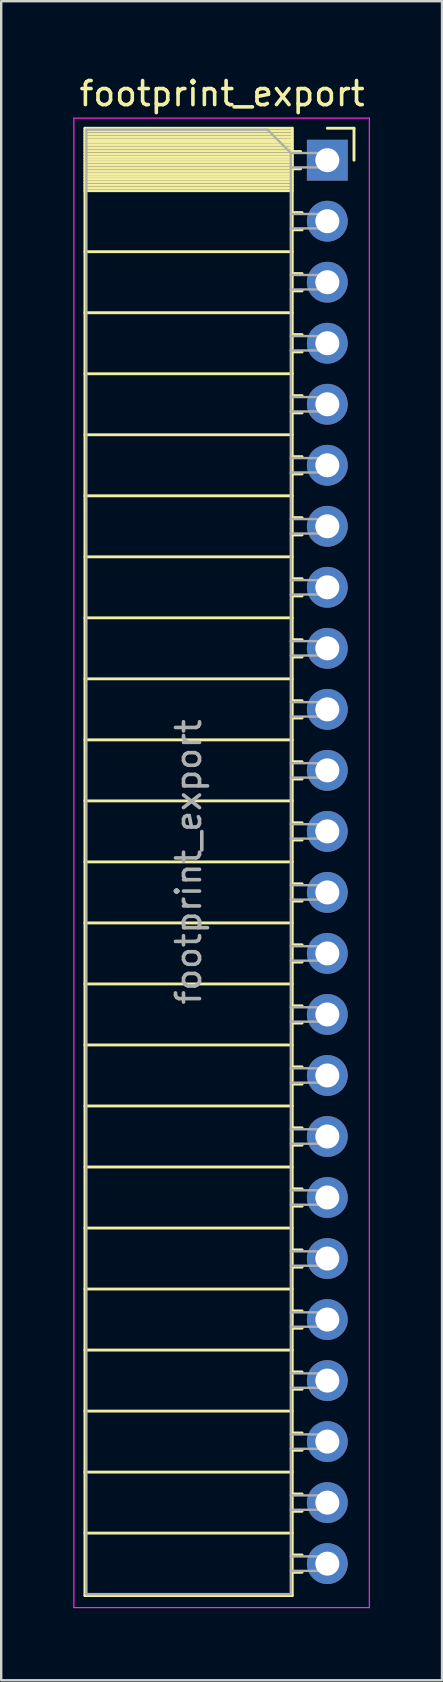
<source format=kicad_pcb>
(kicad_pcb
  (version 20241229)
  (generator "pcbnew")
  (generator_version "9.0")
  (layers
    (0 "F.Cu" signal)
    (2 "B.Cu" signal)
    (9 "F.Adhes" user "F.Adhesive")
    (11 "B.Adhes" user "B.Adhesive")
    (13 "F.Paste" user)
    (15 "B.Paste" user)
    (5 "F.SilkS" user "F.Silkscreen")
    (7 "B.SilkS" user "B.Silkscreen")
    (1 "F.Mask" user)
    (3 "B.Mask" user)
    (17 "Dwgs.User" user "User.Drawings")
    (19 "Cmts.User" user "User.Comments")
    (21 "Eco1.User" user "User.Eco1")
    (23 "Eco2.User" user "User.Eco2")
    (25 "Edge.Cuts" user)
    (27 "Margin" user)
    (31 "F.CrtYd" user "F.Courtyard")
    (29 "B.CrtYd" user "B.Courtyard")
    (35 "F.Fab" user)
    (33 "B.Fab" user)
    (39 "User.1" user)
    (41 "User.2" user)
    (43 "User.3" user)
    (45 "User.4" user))
  (footprint "footprint_export"
    (layer "F.Cu")
    (at 10.575 3.618)
    (property "Reference" "footprint_export" (at -4.38 -2.77 0) (layer "F.SilkS") (effects (font (size 1 1) (thickness 0.15))))
    (attr through_hole)
    (fp_line (start -10.09 -1.33) (end -10.09 59.75) (stroke (width 0.12) (type solid)) (layer "F.SilkS"))
    (fp_line (start -10.09 -1.33) (end -1.46 -1.33) (stroke (width 0.12) (type solid)) (layer "F.SilkS"))
    (fp_line (start -10.09 -1.21) (end -1.46 -1.21) (stroke (width 0.12) (type solid)) (layer "F.SilkS"))
    (fp_line (start -10.09 -1.092) (end -1.46 -1.092) (stroke (width 0.12) (type solid)) (layer "F.SilkS"))
    (fp_line (start -10.09 -0.974) (end -1.46 -0.974) (stroke (width 0.12) (type solid)) (layer "F.SilkS"))
    (fp_line (start -10.09 -0.856) (end -1.46 -0.856) (stroke (width 0.12) (type solid)) (layer "F.SilkS"))
    (fp_line (start -10.09 -0.738) (end -1.46 -0.738) (stroke (width 0.12) (type solid)) (layer "F.SilkS"))
    (fp_line (start -10.09 -0.62) (end -1.46 -0.62) (stroke (width 0.12) (type solid)) (layer "F.SilkS"))
    (fp_line (start -10.09 -0.501) (end -1.46 -0.501) (stroke (width 0.12) (type solid)) (layer "F.SilkS"))
    (fp_line (start -10.09 -0.383) (end -1.46 -0.383) (stroke (width 0.12) (type solid)) (layer "F.SilkS"))
    (fp_line (start -10.09 -0.265) (end -1.46 -0.265) (stroke (width 0.12) (type solid)) (layer "F.SilkS"))
    (fp_line (start -10.09 -0.147) (end -1.46 -0.147) (stroke (width 0.12) (type solid)) (layer "F.SilkS"))
    (fp_line (start -10.09 -0.029) (end -1.46 -0.029) (stroke (width 0.12) (type solid)) (layer "F.SilkS"))
    (fp_line (start -10.09 0.089) (end -1.46 0.089) (stroke (width 0.12) (type solid)) (layer "F.SilkS"))
    (fp_line (start -10.09 0.207) (end -1.46 0.207) (stroke (width 0.12) (type solid)) (layer "F.SilkS"))
    (fp_line (start -10.09 0.325) (end -1.46 0.325) (stroke (width 0.12) (type solid)) (layer "F.SilkS"))
    (fp_line (start -10.09 0.443) (end -1.46 0.443) (stroke (width 0.12) (type solid)) (layer "F.SilkS"))
    (fp_line (start -10.09 0.561) (end -1.46 0.561) (stroke (width 0.12) (type solid)) (layer "F.SilkS"))
    (fp_line (start -10.09 0.68) (end -1.46 0.68) (stroke (width 0.12) (type solid)) (layer "F.SilkS"))
    (fp_line (start -10.09 0.798) (end -1.46 0.798) (stroke (width 0.12) (type solid)) (layer "F.SilkS"))
    (fp_line (start -10.09 0.916) (end -1.46 0.916) (stroke (width 0.12) (type solid)) (layer "F.SilkS"))
    (fp_line (start -10.09 1.034) (end -1.46 1.034) (stroke (width 0.12) (type solid)) (layer "F.SilkS"))
    (fp_line (start -10.09 1.152) (end -1.46 1.152) (stroke (width 0.12) (type solid)) (layer "F.SilkS"))
    (fp_line (start -10.09 1.27) (end -1.46 1.27) (stroke (width 0.12) (type solid)) (layer "F.SilkS"))
    (fp_line (start -10.09 3.81) (end -1.46 3.81) (stroke (width 0.12) (type solid)) (layer "F.SilkS"))
    (fp_line (start -10.09 6.35) (end -1.46 6.35) (stroke (width 0.12) (type solid)) (layer "F.SilkS"))
    (fp_line (start -10.09 8.89) (end -1.46 8.89) (stroke (width 0.12) (type solid)) (layer "F.SilkS"))
    (fp_line (start -10.09 11.43) (end -1.46 11.43) (stroke (width 0.12) (type solid)) (layer "F.SilkS"))
    (fp_line (start -10.09 13.97) (end -1.46 13.97) (stroke (width 0.12) (type solid)) (layer "F.SilkS"))
    (fp_line (start -10.09 16.51) (end -1.46 16.51) (stroke (width 0.12) (type solid)) (layer "F.SilkS"))
    (fp_line (start -10.09 19.05) (end -1.46 19.05) (stroke (width 0.12) (type solid)) (layer "F.SilkS"))
    (fp_line (start -10.09 21.59) (end -1.46 21.59) (stroke (width 0.12) (type solid)) (layer "F.SilkS"))
    (fp_line (start -10.09 24.13) (end -1.46 24.13) (stroke (width 0.12) (type solid)) (layer "F.SilkS"))
    (fp_line (start -10.09 26.67) (end -1.46 26.67) (stroke (width 0.12) (type solid)) (layer "F.SilkS"))
    (fp_line (start -10.09 29.21) (end -1.46 29.21) (stroke (width 0.12) (type solid)) (layer "F.SilkS"))
    (fp_line (start -10.09 31.75) (end -1.46 31.75) (stroke (width 0.12) (type solid)) (layer "F.SilkS"))
    (fp_line (start -10.09 34.29) (end -1.46 34.29) (stroke (width 0.12) (type solid)) (layer "F.SilkS"))
    (fp_line (start -10.09 36.83) (end -1.46 36.83) (stroke (width 0.12) (type solid)) (layer "F.SilkS"))
    (fp_line (start -10.09 39.37) (end -1.46 39.37) (stroke (width 0.12) (type solid)) (layer "F.SilkS"))
    (fp_line (start -10.09 41.91) (end -1.46 41.91) (stroke (width 0.12) (type solid)) (layer "F.SilkS"))
    (fp_line (start -10.09 44.45) (end -1.46 44.45) (stroke (width 0.12) (type solid)) (layer "F.SilkS"))
    (fp_line (start -10.09 46.99) (end -1.46 46.99) (stroke (width 0.12) (type solid)) (layer "F.SilkS"))
    (fp_line (start -10.09 49.53) (end -1.46 49.53) (stroke (width 0.12) (type solid)) (layer "F.SilkS"))
    (fp_line (start -10.09 52.07) (end -1.46 52.07) (stroke (width 0.12) (type solid)) (layer "F.SilkS"))
    (fp_line (start -10.09 54.61) (end -1.46 54.61) (stroke (width 0.12) (type solid)) (layer "F.SilkS"))
    (fp_line (start -10.09 57.15) (end -1.46 57.15) (stroke (width 0.12) (type solid)) (layer "F.SilkS"))
    (fp_line (start -10.09 59.75) (end -1.46 59.75) (stroke (width 0.12) (type solid)) (layer "F.SilkS"))
    (fp_line (start -1.46 -1.33) (end -1.46 59.75) (stroke (width 0.12) (type solid)) (layer "F.SilkS"))
    (fp_line (start -1.46 -0.36) (end -1.11 -0.36) (stroke (width 0.12) (type solid)) (layer "F.SilkS"))
    (fp_line (start -1.46 0.36) (end -1.11 0.36) (stroke (width 0.12) (type solid)) (layer "F.SilkS"))
    (fp_line (start -1.46 2.18) (end -1.05 2.18) (stroke (width 0.12) (type solid)) (layer "F.SilkS"))
    (fp_line (start -1.46 2.9) (end -1.05 2.9) (stroke (width 0.12) (type solid)) (layer "F.SilkS"))
    (fp_line (start -1.46 4.72) (end -1.05 4.72) (stroke (width 0.12) (type solid)) (layer "F.SilkS"))
    (fp_line (start -1.46 5.44) (end -1.05 5.44) (stroke (width 0.12) (type solid)) (layer "F.SilkS"))
    (fp_line (start -1.46 7.26) (end -1.05 7.26) (stroke (width 0.12) (type solid)) (layer "F.SilkS"))
    (fp_line (start -1.46 7.98) (end -1.05 7.98) (stroke (width 0.12) (type solid)) (layer "F.SilkS"))
    (fp_line (start -1.46 9.8) (end -1.05 9.8) (stroke (width 0.12) (type solid)) (layer "F.SilkS"))
    (fp_line (start -1.46 10.52) (end -1.05 10.52) (stroke (width 0.12) (type solid)) (layer "F.SilkS"))
    (fp_line (start -1.46 12.34) (end -1.05 12.34) (stroke (width 0.12) (type solid)) (layer "F.SilkS"))
    (fp_line (start -1.46 13.06) (end -1.05 13.06) (stroke (width 0.12) (type solid)) (layer "F.SilkS"))
    (fp_line (start -1.46 14.88) (end -1.05 14.88) (stroke (width 0.12) (type solid)) (layer "F.SilkS"))
    (fp_line (start -1.46 15.6) (end -1.05 15.6) (stroke (width 0.12) (type solid)) (layer "F.SilkS"))
    (fp_line (start -1.46 17.42) (end -1.05 17.42) (stroke (width 0.12) (type solid)) (layer "F.SilkS"))
    (fp_line (start -1.46 18.14) (end -1.05 18.14) (stroke (width 0.12) (type solid)) (layer "F.SilkS"))
    (fp_line (start -1.46 19.96) (end -1.05 19.96) (stroke (width 0.12) (type solid)) (layer "F.SilkS"))
    (fp_line (start -1.46 20.68) (end -1.05 20.68) (stroke (width 0.12) (type solid)) (layer "F.SilkS"))
    (fp_line (start -1.46 22.5) (end -1.05 22.5) (stroke (width 0.12) (type solid)) (layer "F.SilkS"))
    (fp_line (start -1.46 23.22) (end -1.05 23.22) (stroke (width 0.12) (type solid)) (layer "F.SilkS"))
    (fp_line (start -1.46 25.04) (end -1.05 25.04) (stroke (width 0.12) (type solid)) (layer "F.SilkS"))
    (fp_line (start -1.46 25.76) (end -1.05 25.76) (stroke (width 0.12) (type solid)) (layer "F.SilkS"))
    (fp_line (start -1.46 27.58) (end -1.05 27.58) (stroke (width 0.12) (type solid)) (layer "F.SilkS"))
    (fp_line (start -1.46 28.3) (end -1.05 28.3) (stroke (width 0.12) (type solid)) (layer "F.SilkS"))
    (fp_line (start -1.46 30.12) (end -1.05 30.12) (stroke (width 0.12) (type solid)) (layer "F.SilkS"))
    (fp_line (start -1.46 30.84) (end -1.05 30.84) (stroke (width 0.12) (type solid)) (layer "F.SilkS"))
    (fp_line (start -1.46 32.66) (end -1.05 32.66) (stroke (width 0.12) (type solid)) (layer "F.SilkS"))
    (fp_line (start -1.46 33.38) (end -1.05 33.38) (stroke (width 0.12) (type solid)) (layer "F.SilkS"))
    (fp_line (start -1.46 35.2) (end -1.05 35.2) (stroke (width 0.12) (type solid)) (layer "F.SilkS"))
    (fp_line (start -1.46 35.92) (end -1.05 35.92) (stroke (width 0.12) (type solid)) (layer "F.SilkS"))
    (fp_line (start -1.46 37.74) (end -1.05 37.74) (stroke (width 0.12) (type solid)) (layer "F.SilkS"))
    (fp_line (start -1.46 38.46) (end -1.05 38.46) (stroke (width 0.12) (type solid)) (layer "F.SilkS"))
    (fp_line (start -1.46 40.28) (end -1.05 40.28) (stroke (width 0.12) (type solid)) (layer "F.SilkS"))
    (fp_line (start -1.46 41) (end -1.05 41) (stroke (width 0.12) (type solid)) (layer "F.SilkS"))
    (fp_line (start -1.46 42.82) (end -1.05 42.82) (stroke (width 0.12) (type solid)) (layer "F.SilkS"))
    (fp_line (start -1.46 43.54) (end -1.05 43.54) (stroke (width 0.12) (type solid)) (layer "F.SilkS"))
    (fp_line (start -1.46 45.36) (end -1.05 45.36) (stroke (width 0.12) (type solid)) (layer "F.SilkS"))
    (fp_line (start -1.46 46.08) (end -1.05 46.08) (stroke (width 0.12) (type solid)) (layer "F.SilkS"))
    (fp_line (start -1.46 47.9) (end -1.05 47.9) (stroke (width 0.12) (type solid)) (layer "F.SilkS"))
    (fp_line (start -1.46 48.62) (end -1.05 48.62) (stroke (width 0.12) (type solid)) (layer "F.SilkS"))
    (fp_line (start -1.46 50.44) (end -1.05 50.44) (stroke (width 0.12) (type solid)) (layer "F.SilkS"))
    (fp_line (start -1.46 51.16) (end -1.05 51.16) (stroke (width 0.12) (type solid)) (layer "F.SilkS"))
    (fp_line (start -1.46 52.98) (end -1.05 52.98) (stroke (width 0.12) (type solid)) (layer "F.SilkS"))
    (fp_line (start -1.46 53.7) (end -1.05 53.7) (stroke (width 0.12) (type solid)) (layer "F.SilkS"))
    (fp_line (start -1.46 55.52) (end -1.05 55.52) (stroke (width 0.12) (type solid)) (layer "F.SilkS"))
    (fp_line (start -1.46 56.24) (end -1.05 56.24) (stroke (width 0.12) (type solid)) (layer "F.SilkS"))
    (fp_line (start -1.46 58.06) (end -1.05 58.06) (stroke (width 0.12) (type solid)) (layer "F.SilkS"))
    (fp_line (start -1.46 58.78) (end -1.05 58.78) (stroke (width 0.12) (type solid)) (layer "F.SilkS"))
    (fp_line (start 0 -1.33) (end 1.11 -1.33) (stroke (width 0.12) (type solid)) (layer "F.SilkS"))
    (fp_line (start 1.11 -1.33) (end 1.11 0) (stroke (width 0.12) (type solid)) (layer "F.SilkS"))
    (fp_line (start -10.55 -1.75) (end -10.55 60.25) (stroke (width 0.05) (type solid)) (layer "F.CrtYd"))
    (fp_line (start -10.55 60.25) (end 1.75 60.25) (stroke (width 0.05) (type solid)) (layer "F.CrtYd"))
    (fp_line (start 1.75 -1.75) (end -10.55 -1.75) (stroke (width 0.05) (type solid)) (layer "F.CrtYd"))
    (fp_line (start 1.75 60.25) (end 1.75 -1.75) (stroke (width 0.05) (type solid)) (layer "F.CrtYd"))
    (fp_line (start -10.03 -1.27) (end -2.49 -1.27) (stroke (width 0.1) (type solid)) (layer "F.Fab"))
    (fp_line (start -10.03 59.69) (end -10.03 -1.27) (stroke (width 0.1) (type solid)) (layer "F.Fab"))
    (fp_line (start -2.49 -1.27) (end -1.52 -0.3) (stroke (width 0.1) (type solid)) (layer "F.Fab"))
    (fp_line (start -1.52 -0.3) (end -1.52 59.69) (stroke (width 0.1) (type solid)) (layer "F.Fab"))
    (fp_line (start -1.52 0.3) (end 0 0.3) (stroke (width 0.1) (type solid)) (layer "F.Fab"))
    (fp_line (start -1.52 2.84) (end 0 2.84) (stroke (width 0.1) (type solid)) (layer "F.Fab"))
    (fp_line (start -1.52 5.38) (end 0 5.38) (stroke (width 0.1) (type solid)) (layer "F.Fab"))
    (fp_line (start -1.52 7.92) (end 0 7.92) (stroke (width 0.1) (type solid)) (layer "F.Fab"))
    (fp_line (start -1.52 10.46) (end 0 10.46) (stroke (width 0.1) (type solid)) (layer "F.Fab"))
    (fp_line (start -1.52 13) (end 0 13) (stroke (width 0.1) (type solid)) (layer "F.Fab"))
    (fp_line (start -1.52 15.54) (end 0 15.54) (stroke (width 0.1) (type solid)) (layer "F.Fab"))
    (fp_line (start -1.52 18.08) (end 0 18.08) (stroke (width 0.1) (type solid)) (layer "F.Fab"))
    (fp_line (start -1.52 20.62) (end 0 20.62) (stroke (width 0.1) (type solid)) (layer "F.Fab"))
    (fp_line (start -1.52 23.16) (end 0 23.16) (stroke (width 0.1) (type solid)) (layer "F.Fab"))
    (fp_line (start -1.52 25.7) (end 0 25.7) (stroke (width 0.1) (type solid)) (layer "F.Fab"))
    (fp_line (start -1.52 28.24) (end 0 28.24) (stroke (width 0.1) (type solid)) (layer "F.Fab"))
    (fp_line (start -1.52 30.78) (end 0 30.78) (stroke (width 0.1) (type solid)) (layer "F.Fab"))
    (fp_line (start -1.52 33.32) (end 0 33.32) (stroke (width 0.1) (type solid)) (layer "F.Fab"))
    (fp_line (start -1.52 35.86) (end 0 35.86) (stroke (width 0.1) (type solid)) (layer "F.Fab"))
    (fp_line (start -1.52 38.4) (end 0 38.4) (stroke (width 0.1) (type solid)) (layer "F.Fab"))
    (fp_line (start -1.52 40.94) (end 0 40.94) (stroke (width 0.1) (type solid)) (layer "F.Fab"))
    (fp_line (start -1.52 43.48) (end 0 43.48) (stroke (width 0.1) (type solid)) (layer "F.Fab"))
    (fp_line (start -1.52 46.02) (end 0 46.02) (stroke (width 0.1) (type solid)) (layer "F.Fab"))
    (fp_line (start -1.52 48.56) (end 0 48.56) (stroke (width 0.1) (type solid)) (layer "F.Fab"))
    (fp_line (start -1.52 51.1) (end 0 51.1) (stroke (width 0.1) (type solid)) (layer "F.Fab"))
    (fp_line (start -1.52 53.64) (end 0 53.64) (stroke (width 0.1) (type solid)) (layer "F.Fab"))
    (fp_line (start -1.52 56.18) (end 0 56.18) (stroke (width 0.1) (type solid)) (layer "F.Fab"))
    (fp_line (start -1.52 58.72) (end 0 58.72) (stroke (width 0.1) (type solid)) (layer "F.Fab"))
    (fp_line (start -1.52 59.69) (end -10.03 59.69) (stroke (width 0.1) (type solid)) (layer "F.Fab"))
    (fp_line (start 0 -0.3) (end -1.52 -0.3) (stroke (width 0.1) (type solid)) (layer "F.Fab"))
    (fp_line (start 0 0.3) (end 0 -0.3) (stroke (width 0.1) (type solid)) (layer "F.Fab"))
    (fp_line (start 0 2.24) (end -1.52 2.24) (stroke (width 0.1) (type solid)) (layer "F.Fab"))
    (fp_line (start 0 2.84) (end 0 2.24) (stroke (width 0.1) (type solid)) (layer "F.Fab"))
    (fp_line (start 0 4.78) (end -1.52 4.78) (stroke (width 0.1) (type solid)) (layer "F.Fab"))
    (fp_line (start 0 5.38) (end 0 4.78) (stroke (width 0.1) (type solid)) (layer "F.Fab"))
    (fp_line (start 0 7.32) (end -1.52 7.32) (stroke (width 0.1) (type solid)) (layer "F.Fab"))
    (fp_line (start 0 7.92) (end 0 7.32) (stroke (width 0.1) (type solid)) (layer "F.Fab"))
    (fp_line (start 0 9.86) (end -1.52 9.86) (stroke (width 0.1) (type solid)) (layer "F.Fab"))
    (fp_line (start 0 10.46) (end 0 9.86) (stroke (width 0.1) (type solid)) (layer "F.Fab"))
    (fp_line (start 0 12.4) (end -1.52 12.4) (stroke (width 0.1) (type solid)) (layer "F.Fab"))
    (fp_line (start 0 13) (end 0 12.4) (stroke (width 0.1) (type solid)) (layer "F.Fab"))
    (fp_line (start 0 14.94) (end -1.52 14.94) (stroke (width 0.1) (type solid)) (layer "F.Fab"))
    (fp_line (start 0 15.54) (end 0 14.94) (stroke (width 0.1) (type solid)) (layer "F.Fab"))
    (fp_line (start 0 17.48) (end -1.52 17.48) (stroke (width 0.1) (type solid)) (layer "F.Fab"))
    (fp_line (start 0 18.08) (end 0 17.48) (stroke (width 0.1) (type solid)) (layer "F.Fab"))
    (fp_line (start 0 20.02) (end -1.52 20.02) (stroke (width 0.1) (type solid)) (layer "F.Fab"))
    (fp_line (start 0 20.62) (end 0 20.02) (stroke (width 0.1) (type solid)) (layer "F.Fab"))
    (fp_line (start 0 22.56) (end -1.52 22.56) (stroke (width 0.1) (type solid)) (layer "F.Fab"))
    (fp_line (start 0 23.16) (end 0 22.56) (stroke (width 0.1) (type solid)) (layer "F.Fab"))
    (fp_line (start 0 25.1) (end -1.52 25.1) (stroke (width 0.1) (type solid)) (layer "F.Fab"))
    (fp_line (start 0 25.7) (end 0 25.1) (stroke (width 0.1) (type solid)) (layer "F.Fab"))
    (fp_line (start 0 27.64) (end -1.52 27.64) (stroke (width 0.1) (type solid)) (layer "F.Fab"))
    (fp_line (start 0 28.24) (end 0 27.64) (stroke (width 0.1) (type solid)) (layer "F.Fab"))
    (fp_line (start 0 30.18) (end -1.52 30.18) (stroke (width 0.1) (type solid)) (layer "F.Fab"))
    (fp_line (start 0 30.78) (end 0 30.18) (stroke (width 0.1) (type solid)) (layer "F.Fab"))
    (fp_line (start 0 32.72) (end -1.52 32.72) (stroke (width 0.1) (type solid)) (layer "F.Fab"))
    (fp_line (start 0 33.32) (end 0 32.72) (stroke (width 0.1) (type solid)) (layer "F.Fab"))
    (fp_line (start 0 35.26) (end -1.52 35.26) (stroke (width 0.1) (type solid)) (layer "F.Fab"))
    (fp_line (start 0 35.86) (end 0 35.26) (stroke (width 0.1) (type solid)) (layer "F.Fab"))
    (fp_line (start 0 37.8) (end -1.52 37.8) (stroke (width 0.1) (type solid)) (layer "F.Fab"))
    (fp_line (start 0 38.4) (end 0 37.8) (stroke (width 0.1) (type solid)) (layer "F.Fab"))
    (fp_line (start 0 40.34) (end -1.52 40.34) (stroke (width 0.1) (type solid)) (layer "F.Fab"))
    (fp_line (start 0 40.94) (end 0 40.34) (stroke (width 0.1) (type solid)) (layer "F.Fab"))
    (fp_line (start 0 42.88) (end -1.52 42.88) (stroke (width 0.1) (type solid)) (layer "F.Fab"))
    (fp_line (start 0 43.48) (end 0 42.88) (stroke (width 0.1) (type solid)) (layer "F.Fab"))
    (fp_line (start 0 45.42) (end -1.52 45.42) (stroke (width 0.1) (type solid)) (layer "F.Fab"))
    (fp_line (start 0 46.02) (end 0 45.42) (stroke (width 0.1) (type solid)) (layer "F.Fab"))
    (fp_line (start 0 47.96) (end -1.52 47.96) (stroke (width 0.1) (type solid)) (layer "F.Fab"))
    (fp_line (start 0 48.56) (end 0 47.96) (stroke (width 0.1) (type solid)) (layer "F.Fab"))
    (fp_line (start 0 50.5) (end -1.52 50.5) (stroke (width 0.1) (type solid)) (layer "F.Fab"))
    (fp_line (start 0 51.1) (end 0 50.5) (stroke (width 0.1) (type solid)) (layer "F.Fab"))
    (fp_line (start 0 53.04) (end -1.52 53.04) (stroke (width 0.1) (type solid)) (layer "F.Fab"))
    (fp_line (start 0 53.64) (end 0 53.04) (stroke (width 0.1) (type solid)) (layer "F.Fab"))
    (fp_line (start 0 55.58) (end -1.52 55.58) (stroke (width 0.1) (type solid)) (layer "F.Fab"))
    (fp_line (start 0 56.18) (end 0 55.58) (stroke (width 0.1) (type solid)) (layer "F.Fab"))
    (fp_line (start 0 58.12) (end -1.52 58.12) (stroke (width 0.1) (type solid)) (layer "F.Fab"))
    (fp_line (start 0 58.72) (end 0 58.12) (stroke (width 0.1) (type solid)) (layer "F.Fab"))
    (fp_text user "${REFERENCE}" (at -5.775 29.21 90) (layer "F.Fab") (effects (font (size 1 1) (thickness 0.15))))
    (pad "1" thru_hole rect (at 0 0) (size 1.7 1.7) (drill 1) (layers "*.Cu" "*.Mask"))
    (pad "2" thru_hole oval (at 0 2.54) (size 1.7 1.7) (drill 1) (layers "*.Cu" "*.Mask"))
    (pad "3" thru_hole oval (at 0 5.08) (size 1.7 1.7) (drill 1) (layers "*.Cu" "*.Mask"))
    (pad "4" thru_hole oval (at 0 7.62) (size 1.7 1.7) (drill 1) (layers "*.Cu" "*.Mask"))
    (pad "5" thru_hole oval (at 0 10.16) (size 1.7 1.7) (drill 1) (layers "*.Cu" "*.Mask"))
    (pad "6" thru_hole oval (at 0 12.7) (size 1.7 1.7) (drill 1) (layers "*.Cu" "*.Mask"))
    (pad "7" thru_hole oval (at 0 15.24) (size 1.7 1.7) (drill 1) (layers "*.Cu" "*.Mask"))
    (pad "8" thru_hole oval (at 0 17.78) (size 1.7 1.7) (drill 1) (layers "*.Cu" "*.Mask"))
    (pad "9" thru_hole oval (at 0 20.32) (size 1.7 1.7) (drill 1) (layers "*.Cu" "*.Mask"))
    (pad "10" thru_hole oval (at 0 22.86) (size 1.7 1.7) (drill 1) (layers "*.Cu" "*.Mask"))
    (pad "11" thru_hole oval (at 0 25.4) (size 1.7 1.7) (drill 1) (layers "*.Cu" "*.Mask"))
    (pad "12" thru_hole oval (at 0 27.94) (size 1.7 1.7) (drill 1) (layers "*.Cu" "*.Mask"))
    (pad "13" thru_hole oval (at 0 30.48) (size 1.7 1.7) (drill 1) (layers "*.Cu" "*.Mask"))
    (pad "14" thru_hole oval (at 0 33.02) (size 1.7 1.7) (drill 1) (layers "*.Cu" "*.Mask"))
    (pad "15" thru_hole oval (at 0 35.56) (size 1.7 1.7) (drill 1) (layers "*.Cu" "*.Mask"))
    (pad "16" thru_hole oval (at 0 38.1) (size 1.7 1.7) (drill 1) (layers "*.Cu" "*.Mask"))
    (pad "17" thru_hole oval (at 0 40.64) (size 1.7 1.7) (drill 1) (layers "*.Cu" "*.Mask"))
    (pad "18" thru_hole oval (at 0 43.18) (size 1.7 1.7) (drill 1) (layers "*.Cu" "*.Mask"))
    (pad "19" thru_hole oval (at 0 45.72) (size 1.7 1.7) (drill 1) (layers "*.Cu" "*.Mask"))
    (pad "20" thru_hole oval (at 0 48.26) (size 1.7 1.7) (drill 1) (layers "*.Cu" "*.Mask"))
    (pad "21" thru_hole oval (at 0 50.8) (size 1.7 1.7) (drill 1) (layers "*.Cu" "*.Mask"))
    (pad "22" thru_hole oval (at 0 53.34) (size 1.7 1.7) (drill 1) (layers "*.Cu" "*.Mask"))
    (pad "23" thru_hole oval (at 0 55.88) (size 1.7 1.7) (drill 1) (layers "*.Cu" "*.Mask"))
    (pad "24" thru_hole oval (at 0 58.42) (size 1.7 1.7) (drill 1) (layers "*.Cu" "*.Mask")))
  (gr_rect
    (start -3 -3)
    (end 15.35 66.893)
    (stroke (width 0.1) (type default))
    (fill no)
    (layer "Edge.Cuts")))
</source>
